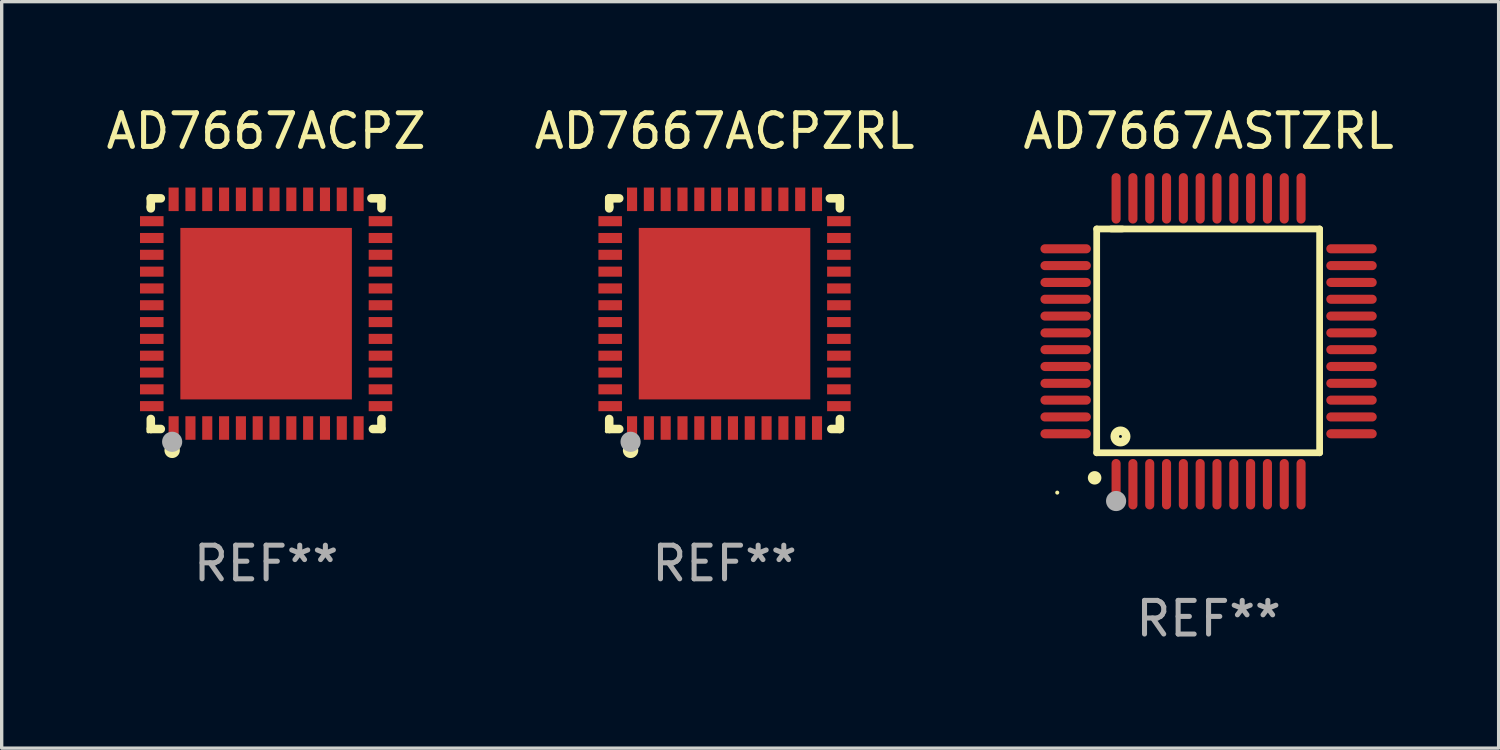
<source format=kicad_pcb>
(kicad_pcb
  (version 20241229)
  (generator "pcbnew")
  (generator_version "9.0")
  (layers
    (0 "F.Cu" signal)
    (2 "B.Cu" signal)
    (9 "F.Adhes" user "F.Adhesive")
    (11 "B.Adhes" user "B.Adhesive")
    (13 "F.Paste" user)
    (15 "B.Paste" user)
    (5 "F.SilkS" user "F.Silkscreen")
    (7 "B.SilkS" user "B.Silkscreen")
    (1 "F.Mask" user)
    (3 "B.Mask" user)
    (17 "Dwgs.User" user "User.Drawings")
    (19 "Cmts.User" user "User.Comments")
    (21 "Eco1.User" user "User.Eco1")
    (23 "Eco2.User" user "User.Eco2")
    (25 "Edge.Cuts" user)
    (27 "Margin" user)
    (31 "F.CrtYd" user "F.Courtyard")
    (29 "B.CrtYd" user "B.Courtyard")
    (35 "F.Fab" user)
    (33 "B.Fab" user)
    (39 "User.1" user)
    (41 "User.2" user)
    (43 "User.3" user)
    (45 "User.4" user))
  (footprint "AD7667ASTZRL"
    (layer "F.Cu")
    (at 32.887 7.098)
    (property "Reference" "AD7667ASTZRL" (at 0 -6.25 0) (layer "F.SilkS") (effects (font (size 1 1) (thickness 0.15))))
    (attr through_hole)
    (fp_line (start -3.327 -3.34) (end -2.565 -3.34) (stroke (width 0.2) (type solid)) (layer "F.SilkS"))
    (fp_line (start -3.327 3.315) (end -3.327 -3.34) (stroke (width 0.2) (type solid)) (layer "F.SilkS"))
    (fp_line (start -2.896 -3.34) (end 3.302 -3.34) (stroke (width 0.2) (type solid)) (layer "F.SilkS"))
    (fp_line (start 3.302 -3.34) (end 3.302 3.315) (stroke (width 0.2) (type solid)) (layer "F.SilkS"))
    (fp_line (start 3.302 3.315) (end -3.327 3.315) (stroke (width 0.2) (type solid)) (layer "F.SilkS"))
    (fp_arc (start -3.389992 4.059995) (mid -3.388722 4.059991) (end -3.387452 4.059995) (stroke (width 0.4) (type solid)) (layer "F.SilkS"))
    (fp_circle (center -4.5 4.5) (end -4.47 4.5) (stroke (width 0.06) (type solid)) (fill no) (layer "F.SilkS"))
    (fp_circle (center -2.62 2.83) (end -2.45 2.83) (stroke (width 0.254) (type solid)) (fill no) (layer "F.SilkS"))
    (fp_circle (center -2.75 4.75) (end -2.6 4.75) (stroke (width 0.3) (type solid)) (fill no) (layer "F.Fab"))
    (fp_text user "REF**" (at 0 8.25 0) (layer "F.Fab") (effects (font (size 1 1) (thickness 0.15))))
    (pad "1" smd oval (at -2.75 4.25) (size 0.27 1.5) (layers "F.Cu" "F.Mask" "F.Paste"))
    (pad "2" smd oval (at -2.25 4.25) (size 0.27 1.5) (layers "F.Cu" "F.Mask" "F.Paste"))
    (pad "3" smd oval (at -1.75 4.25) (size 0.27 1.5) (layers "F.Cu" "F.Mask" "F.Paste"))
    (pad "4" smd oval (at -1.25 4.25) (size 0.27 1.5) (layers "F.Cu" "F.Mask" "F.Paste"))
    (pad "5" smd oval (at -0.75 4.25) (size 0.27 1.5) (layers "F.Cu" "F.Mask" "F.Paste"))
    (pad "6" smd oval (at -0.25 4.25) (size 0.27 1.5) (layers "F.Cu" "F.Mask" "F.Paste"))
    (pad "7" smd oval (at 0.25 4.25) (size 0.27 1.5) (layers "F.Cu" "F.Mask" "F.Paste"))
    (pad "8" smd oval (at 0.75 4.25) (size 0.27 1.5) (layers "F.Cu" "F.Mask" "F.Paste"))
    (pad "9" smd oval (at 1.25 4.25) (size 0.27 1.5) (layers "F.Cu" "F.Mask" "F.Paste"))
    (pad "10" smd oval (at 1.75 4.25) (size 0.27 1.5) (layers "F.Cu" "F.Mask" "F.Paste"))
    (pad "11" smd oval (at 2.25 4.25) (size 0.27 1.5) (layers "F.Cu" "F.Mask" "F.Paste"))
    (pad "12" smd oval (at 2.75 4.25) (size 0.27 1.5) (layers "F.Cu" "F.Mask" "F.Paste"))
    (pad "13" smd oval (at 4.25 2.75) (size 1.5 0.27) (layers "F.Cu" "F.Mask" "F.Paste"))
    (pad "14" smd oval (at 4.25 2.25) (size 1.5 0.27) (layers "F.Cu" "F.Mask" "F.Paste"))
    (pad "15" smd oval (at 4.25 1.75) (size 1.5 0.27) (layers "F.Cu" "F.Mask" "F.Paste"))
    (pad "16" smd oval (at 4.25 1.25) (size 1.5 0.27) (layers "F.Cu" "F.Mask" "F.Paste"))
    (pad "17" smd oval (at 4.25 0.75) (size 1.5 0.27) (layers "F.Cu" "F.Mask" "F.Paste"))
    (pad "18" smd oval (at 4.25 0.25) (size 1.5 0.27) (layers "F.Cu" "F.Mask" "F.Paste"))
    (pad "19" smd oval (at 4.25 -0.25) (size 1.5 0.27) (layers "F.Cu" "F.Mask" "F.Paste"))
    (pad "20" smd oval (at 4.25 -0.75) (size 1.5 0.27) (layers "F.Cu" "F.Mask" "F.Paste"))
    (pad "21" smd oval (at 4.25 -1.25) (size 1.5 0.27) (layers "F.Cu" "F.Mask" "F.Paste"))
    (pad "22" smd oval (at 4.25 -1.75) (size 1.5 0.27) (layers "F.Cu" "F.Mask" "F.Paste"))
    (pad "23" smd oval (at 4.25 -2.25) (size 1.5 0.27) (layers "F.Cu" "F.Mask" "F.Paste"))
    (pad "24" smd oval (at 4.25 -2.75) (size 1.5 0.27) (layers "F.Cu" "F.Mask" "F.Paste"))
    (pad "25" smd oval (at 2.75 -4.25) (size 0.27 1.5) (layers "F.Cu" "F.Mask" "F.Paste"))
    (pad "26" smd oval (at 2.25 -4.25) (size 0.27 1.5) (layers "F.Cu" "F.Mask" "F.Paste"))
    (pad "27" smd oval (at 1.75 -4.25) (size 0.27 1.5) (layers "F.Cu" "F.Mask" "F.Paste"))
    (pad "28" smd oval (at 1.25 -4.25) (size 0.27 1.5) (layers "F.Cu" "F.Mask" "F.Paste"))
    (pad "29" smd oval (at 0.75 -4.25) (size 0.27 1.5) (layers "F.Cu" "F.Mask" "F.Paste"))
    (pad "30" smd oval (at 0.25 -4.25) (size 0.27 1.5) (layers "F.Cu" "F.Mask" "F.Paste"))
    (pad "31" smd oval (at -0.25 -4.25) (size 0.27 1.5) (layers "F.Cu" "F.Mask" "F.Paste"))
    (pad "32" smd oval (at -0.75 -4.25) (size 0.27 1.5) (layers "F.Cu" "F.Mask" "F.Paste"))
    (pad "33" smd oval (at -1.25 -4.25) (size 0.27 1.5) (layers "F.Cu" "F.Mask" "F.Paste"))
    (pad "34" smd oval (at -1.75 -4.25) (size 0.27 1.5) (layers "F.Cu" "F.Mask" "F.Paste"))
    (pad "35" smd oval (at -2.25 -4.25) (size 0.27 1.5) (layers "F.Cu" "F.Mask" "F.Paste"))
    (pad "36" smd oval (at -2.75 -4.25) (size 0.27 1.5) (layers "F.Cu" "F.Mask" "F.Paste"))
    (pad "37" smd oval (at -4.25 -2.75) (size 1.5 0.27) (layers "F.Cu" "F.Mask" "F.Paste"))
    (pad "38" smd oval (at -4.25 -2.25) (size 1.5 0.27) (layers "F.Cu" "F.Mask" "F.Paste"))
    (pad "39" smd oval (at -4.25 -1.75) (size 1.5 0.27) (layers "F.Cu" "F.Mask" "F.Paste"))
    (pad "40" smd oval (at -4.25 -1.25) (size 1.5 0.27) (layers "F.Cu" "F.Mask" "F.Paste"))
    (pad "41" smd oval (at -4.25 -0.75) (size 1.5 0.27) (layers "F.Cu" "F.Mask" "F.Paste"))
    (pad "42" smd oval (at -4.25 -0.25) (size 1.5 0.27) (layers "F.Cu" "F.Mask" "F.Paste"))
    (pad "43" smd oval (at -4.25 0.25) (size 1.5 0.27) (layers "F.Cu" "F.Mask" "F.Paste"))
    (pad "44" smd oval (at -4.25 0.75) (size 1.5 0.27) (layers "F.Cu" "F.Mask" "F.Paste"))
    (pad "45" smd oval (at -4.25 1.25) (size 1.5 0.27) (layers "F.Cu" "F.Mask" "F.Paste"))
    (pad "46" smd oval (at -4.25 1.75) (size 1.5 0.27) (layers "F.Cu" "F.Mask" "F.Paste"))
    (pad "47" smd oval (at -4.25 2.25) (size 1.5 0.27) (layers "F.Cu" "F.Mask" "F.Paste"))
    (pad "48" smd oval (at -4.25 2.75) (size 1.5 0.27) (layers "F.Cu" "F.Mask" "F.Paste")))
  (footprint "AD7667ACPZ"
    (layer "F.Cu")
    (at 4.863 6.277)
    (property "Reference" "AD7667ACPZ" (at 0 -5.429 0) (layer "F.SilkS") (effects (font (size 1 1) (thickness 0.15))))
    (attr through_hole)
    (fp_line (start -3.429 -3.429) (end -3.429 -3.175) (stroke (width 0.254) (type solid)) (layer "F.SilkS"))
    (fp_line (start -3.429 -3.175) (end -3.429 -3.131) (stroke (width 0.254) (type solid)) (layer "F.SilkS"))
    (fp_line (start -3.429 3.131) (end -3.429 3.429) (stroke (width 0.254) (type solid)) (layer "F.SilkS"))
    (fp_line (start -3.429 3.429) (end -3.131 3.429) (stroke (width 0.254) (type solid)) (layer "F.SilkS"))
    (fp_line (start -3.131 -3.429) (end -3.429 -3.429) (stroke (width 0.254) (type solid)) (layer "F.SilkS"))
    (fp_line (start 3.131 -3.429) (end 3.429 -3.429) (stroke (width 0.254) (type solid)) (layer "F.SilkS"))
    (fp_line (start 3.429 -3.429) (end 3.429 -3.131) (stroke (width 0.254) (type solid)) (layer "F.SilkS"))
    (fp_line (start 3.429 3.131) (end 3.429 3.429) (stroke (width 0.254) (type solid)) (layer "F.SilkS"))
    (fp_line (start 3.429 3.429) (end 3.175 3.429) (stroke (width 0.254) (type solid)) (layer "F.SilkS"))
    (fp_circle (center -3.5 3.5) (end -3.47 3.5) (stroke (width 0.06) (type solid)) (fill no) (layer "F.SilkS"))
    (fp_circle (center -2.794 4.064) (end -2.667 4.064) (stroke (width 0.204) (type solid)) (fill no) (layer "F.SilkS"))
    (fp_circle (center -2.794 3.81) (end -2.644 3.81) (stroke (width 0.3) (type solid)) (fill no) (layer "F.Fab"))
    (fp_text user "REF**" (at 0 7.429 0) (layer "F.Fab") (effects (font (size 1 1) (thickness 0.15))))
    (pad "1" smd rect (at -2.75 3.4) (size 0.3 0.7) (layers "F.Cu" "F.Mask" "F.Paste"))
    (pad "2" smd rect (at -2.25 3.4) (size 0.3 0.7) (layers "F.Cu" "F.Mask" "F.Paste"))
    (pad "3" smd rect (at -1.75 3.4) (size 0.3 0.7) (layers "F.Cu" "F.Mask" "F.Paste"))
    (pad "4" smd rect (at -1.25 3.4) (size 0.3 0.7) (layers "F.Cu" "F.Mask" "F.Paste"))
    (pad "5" smd rect (at -0.75 3.4) (size 0.3 0.7) (layers "F.Cu" "F.Mask" "F.Paste"))
    (pad "6" smd rect (at -0.25 3.4) (size 0.3 0.7) (layers "F.Cu" "F.Mask" "F.Paste"))
    (pad "7" smd rect (at 0.25 3.4) (size 0.3 0.7) (layers "F.Cu" "F.Mask" "F.Paste"))
    (pad "8" smd rect (at 0.75 3.4) (size 0.3 0.7) (layers "F.Cu" "F.Mask" "F.Paste"))
    (pad "9" smd rect (at 1.25 3.4) (size 0.3 0.7) (layers "F.Cu" "F.Mask" "F.Paste"))
    (pad "10" smd rect (at 1.75 3.4) (size 0.3 0.7) (layers "F.Cu" "F.Mask" "F.Paste"))
    (pad "11" smd rect (at 2.25 3.4) (size 0.3 0.7) (layers "F.Cu" "F.Mask" "F.Paste"))
    (pad "12" smd rect (at 2.75 3.4) (size 0.3 0.7) (layers "F.Cu" "F.Mask" "F.Paste"))
    (pad "13" smd rect (at 3.4 2.75) (size 0.7 0.3) (layers "F.Cu" "F.Mask" "F.Paste"))
    (pad "14" smd rect (at 3.4 2.25) (size 0.7 0.3) (layers "F.Cu" "F.Mask" "F.Paste"))
    (pad "15" smd rect (at 3.4 1.75) (size 0.7 0.3) (layers "F.Cu" "F.Mask" "F.Paste"))
    (pad "16" smd rect (at 3.4 1.25) (size 0.7 0.3) (layers "F.Cu" "F.Mask" "F.Paste"))
    (pad "17" smd rect (at 3.4 0.75) (size 0.7 0.3) (layers "F.Cu" "F.Mask" "F.Paste"))
    (pad "18" smd rect (at 3.4 0.25) (size 0.7 0.3) (layers "F.Cu" "F.Mask" "F.Paste"))
    (pad "19" smd rect (at 3.4 -0.25) (size 0.7 0.3) (layers "F.Cu" "F.Mask" "F.Paste"))
    (pad "20" smd rect (at 3.4 -0.75) (size 0.7 0.3) (layers "F.Cu" "F.Mask" "F.Paste"))
    (pad "21" smd rect (at 3.4 -1.25) (size 0.7 0.3) (layers "F.Cu" "F.Mask" "F.Paste"))
    (pad "22" smd rect (at 3.4 -1.75) (size 0.7 0.3) (layers "F.Cu" "F.Mask" "F.Paste"))
    (pad "23" smd rect (at 3.4 -2.25) (size 0.7 0.3) (layers "F.Cu" "F.Mask" "F.Paste"))
    (pad "24" smd rect (at 3.4 -2.75) (size 0.7 0.3) (layers "F.Cu" "F.Mask" "F.Paste"))
    (pad "25" smd rect (at 2.75 -3.4) (size 0.3 0.7) (layers "F.Cu" "F.Mask" "F.Paste"))
    (pad "26" smd rect (at 2.25 -3.4) (size 0.3 0.7) (layers "F.Cu" "F.Mask" "F.Paste"))
    (pad "27" smd rect (at 1.75 -3.4) (size 0.3 0.7) (layers "F.Cu" "F.Mask" "F.Paste"))
    (pad "28" smd rect (at 1.25 -3.4) (size 0.3 0.7) (layers "F.Cu" "F.Mask" "F.Paste"))
    (pad "29" smd rect (at 0.75 -3.4) (size 0.3 0.7) (layers "F.Cu" "F.Mask" "F.Paste"))
    (pad "30" smd rect (at 0.25 -3.4) (size 0.3 0.7) (layers "F.Cu" "F.Mask" "F.Paste"))
    (pad "31" smd rect (at -0.25 -3.4) (size 0.3 0.7) (layers "F.Cu" "F.Mask" "F.Paste"))
    (pad "32" smd rect (at -0.75 -3.4) (size 0.3 0.7) (layers "F.Cu" "F.Mask" "F.Paste"))
    (pad "33" smd rect (at -1.25 -3.4) (size 0.3 0.7) (layers "F.Cu" "F.Mask" "F.Paste"))
    (pad "34" smd rect (at -1.75 -3.4) (size 0.3 0.7) (layers "F.Cu" "F.Mask" "F.Paste"))
    (pad "35" smd rect (at -2.25 -3.4) (size 0.3 0.7) (layers "F.Cu" "F.Mask" "F.Paste"))
    (pad "36" smd rect (at -2.75 -3.4) (size 0.3 0.7) (layers "F.Cu" "F.Mask" "F.Paste"))
    (pad "37" smd rect (at -3.4 -2.75) (size 0.7 0.3) (layers "F.Cu" "F.Mask" "F.Paste"))
    (pad "38" smd rect (at -3.4 -2.25) (size 0.7 0.3) (layers "F.Cu" "F.Mask" "F.Paste"))
    (pad "39" smd rect (at -3.4 -1.75) (size 0.7 0.3) (layers "F.Cu" "F.Mask" "F.Paste"))
    (pad "40" smd rect (at -3.4 -1.25) (size 0.7 0.3) (layers "F.Cu" "F.Mask" "F.Paste"))
    (pad "41" smd rect (at -3.4 -0.75) (size 0.7 0.3) (layers "F.Cu" "F.Mask" "F.Paste"))
    (pad "42" smd rect (at -3.4 -0.25) (size 0.7 0.3) (layers "F.Cu" "F.Mask" "F.Paste"))
    (pad "43" smd rect (at -3.4 0.25) (size 0.7 0.3) (layers "F.Cu" "F.Mask" "F.Paste"))
    (pad "44" smd rect (at -3.4 0.75) (size 0.7 0.3) (layers "F.Cu" "F.Mask" "F.Paste"))
    (pad "45" smd rect (at -3.4 1.25) (size 0.7 0.3) (layers "F.Cu" "F.Mask" "F.Paste"))
    (pad "46" smd rect (at -3.4 1.75) (size 0.7 0.3) (layers "F.Cu" "F.Mask" "F.Paste"))
    (pad "47" smd rect (at -3.4 2.25) (size 0.7 0.3) (layers "F.Cu" "F.Mask" "F.Paste"))
    (pad "48" smd rect (at -3.4 2.75) (size 0.7 0.3) (layers "F.Cu" "F.Mask" "F.Paste"))
    (pad "49" smd rect (at 0 0) (size 5.1 5.1) (layers "F.Cu" "F.Mask" "F.Paste")))
  (footprint "AD7667ACPZRL"
    (layer "F.Cu")
    (at 18.494 6.277)
    (property "Reference" "AD7667ACPZRL" (at 0 -5.429 0) (layer "F.SilkS") (effects (font (size 1 1) (thickness 0.15))))
    (attr through_hole)
    (fp_line (start -3.429 -3.429) (end -3.429 -3.175) (stroke (width 0.254) (type solid)) (layer "F.SilkS"))
    (fp_line (start -3.429 -3.175) (end -3.429 -3.131) (stroke (width 0.254) (type solid)) (layer "F.SilkS"))
    (fp_line (start -3.429 3.131) (end -3.429 3.429) (stroke (width 0.254) (type solid)) (layer "F.SilkS"))
    (fp_line (start -3.429 3.429) (end -3.131 3.429) (stroke (width 0.254) (type solid)) (layer "F.SilkS"))
    (fp_line (start -3.131 -3.429) (end -3.429 -3.429) (stroke (width 0.254) (type solid)) (layer "F.SilkS"))
    (fp_line (start 3.131 -3.429) (end 3.429 -3.429) (stroke (width 0.254) (type solid)) (layer "F.SilkS"))
    (fp_line (start 3.429 -3.429) (end 3.429 -3.131) (stroke (width 0.254) (type solid)) (layer "F.SilkS"))
    (fp_line (start 3.429 3.131) (end 3.429 3.429) (stroke (width 0.254) (type solid)) (layer "F.SilkS"))
    (fp_line (start 3.429 3.429) (end 3.175 3.429) (stroke (width 0.254) (type solid)) (layer "F.SilkS"))
    (fp_circle (center -3.5 3.5) (end -3.47 3.5) (stroke (width 0.06) (type solid)) (fill no) (layer "F.SilkS"))
    (fp_circle (center -2.794 4.064) (end -2.667 4.064) (stroke (width 0.204) (type solid)) (fill no) (layer "F.SilkS"))
    (fp_circle (center -2.794 3.81) (end -2.644 3.81) (stroke (width 0.3) (type solid)) (fill no) (layer "F.Fab"))
    (fp_text user "REF**" (at 0 7.429 0) (layer "F.Fab") (effects (font (size 1 1) (thickness 0.15))))
    (pad "1" smd rect (at -2.75 3.4) (size 0.3 0.7) (layers "F.Cu" "F.Mask" "F.Paste"))
    (pad "2" smd rect (at -2.25 3.4) (size 0.3 0.7) (layers "F.Cu" "F.Mask" "F.Paste"))
    (pad "3" smd rect (at -1.75 3.4) (size 0.3 0.7) (layers "F.Cu" "F.Mask" "F.Paste"))
    (pad "4" smd rect (at -1.25 3.4) (size 0.3 0.7) (layers "F.Cu" "F.Mask" "F.Paste"))
    (pad "5" smd rect (at -0.75 3.4) (size 0.3 0.7) (layers "F.Cu" "F.Mask" "F.Paste"))
    (pad "6" smd rect (at -0.25 3.4) (size 0.3 0.7) (layers "F.Cu" "F.Mask" "F.Paste"))
    (pad "7" smd rect (at 0.25 3.4) (size 0.3 0.7) (layers "F.Cu" "F.Mask" "F.Paste"))
    (pad "8" smd rect (at 0.75 3.4) (size 0.3 0.7) (layers "F.Cu" "F.Mask" "F.Paste"))
    (pad "9" smd rect (at 1.25 3.4) (size 0.3 0.7) (layers "F.Cu" "F.Mask" "F.Paste"))
    (pad "10" smd rect (at 1.75 3.4) (size 0.3 0.7) (layers "F.Cu" "F.Mask" "F.Paste"))
    (pad "11" smd rect (at 2.25 3.4) (size 0.3 0.7) (layers "F.Cu" "F.Mask" "F.Paste"))
    (pad "12" smd rect (at 2.75 3.4) (size 0.3 0.7) (layers "F.Cu" "F.Mask" "F.Paste"))
    (pad "13" smd rect (at 3.4 2.75) (size 0.7 0.3) (layers "F.Cu" "F.Mask" "F.Paste"))
    (pad "14" smd rect (at 3.4 2.25) (size 0.7 0.3) (layers "F.Cu" "F.Mask" "F.Paste"))
    (pad "15" smd rect (at 3.4 1.75) (size 0.7 0.3) (layers "F.Cu" "F.Mask" "F.Paste"))
    (pad "16" smd rect (at 3.4 1.25) (size 0.7 0.3) (layers "F.Cu" "F.Mask" "F.Paste"))
    (pad "17" smd rect (at 3.4 0.75) (size 0.7 0.3) (layers "F.Cu" "F.Mask" "F.Paste"))
    (pad "18" smd rect (at 3.4 0.25) (size 0.7 0.3) (layers "F.Cu" "F.Mask" "F.Paste"))
    (pad "19" smd rect (at 3.4 -0.25) (size 0.7 0.3) (layers "F.Cu" "F.Mask" "F.Paste"))
    (pad "20" smd rect (at 3.4 -0.75) (size 0.7 0.3) (layers "F.Cu" "F.Mask" "F.Paste"))
    (pad "21" smd rect (at 3.4 -1.25) (size 0.7 0.3) (layers "F.Cu" "F.Mask" "F.Paste"))
    (pad "22" smd rect (at 3.4 -1.75) (size 0.7 0.3) (layers "F.Cu" "F.Mask" "F.Paste"))
    (pad "23" smd rect (at 3.4 -2.25) (size 0.7 0.3) (layers "F.Cu" "F.Mask" "F.Paste"))
    (pad "24" smd rect (at 3.4 -2.75) (size 0.7 0.3) (layers "F.Cu" "F.Mask" "F.Paste"))
    (pad "25" smd rect (at 2.75 -3.4) (size 0.3 0.7) (layers "F.Cu" "F.Mask" "F.Paste"))
    (pad "26" smd rect (at 2.25 -3.4) (size 0.3 0.7) (layers "F.Cu" "F.Mask" "F.Paste"))
    (pad "27" smd rect (at 1.75 -3.4) (size 0.3 0.7) (layers "F.Cu" "F.Mask" "F.Paste"))
    (pad "28" smd rect (at 1.25 -3.4) (size 0.3 0.7) (layers "F.Cu" "F.Mask" "F.Paste"))
    (pad "29" smd rect (at 0.75 -3.4) (size 0.3 0.7) (layers "F.Cu" "F.Mask" "F.Paste"))
    (pad "30" smd rect (at 0.25 -3.4) (size 0.3 0.7) (layers "F.Cu" "F.Mask" "F.Paste"))
    (pad "31" smd rect (at -0.25 -3.4) (size 0.3 0.7) (layers "F.Cu" "F.Mask" "F.Paste"))
    (pad "32" smd rect (at -0.75 -3.4) (size 0.3 0.7) (layers "F.Cu" "F.Mask" "F.Paste"))
    (pad "33" smd rect (at -1.25 -3.4) (size 0.3 0.7) (layers "F.Cu" "F.Mask" "F.Paste"))
    (pad "34" smd rect (at -1.75 -3.4) (size 0.3 0.7) (layers "F.Cu" "F.Mask" "F.Paste"))
    (pad "35" smd rect (at -2.25 -3.4) (size 0.3 0.7) (layers "F.Cu" "F.Mask" "F.Paste"))
    (pad "36" smd rect (at -2.75 -3.4) (size 0.3 0.7) (layers "F.Cu" "F.Mask" "F.Paste"))
    (pad "37" smd rect (at -3.4 -2.75) (size 0.7 0.3) (layers "F.Cu" "F.Mask" "F.Paste"))
    (pad "38" smd rect (at -3.4 -2.25) (size 0.7 0.3) (layers "F.Cu" "F.Mask" "F.Paste"))
    (pad "39" smd rect (at -3.4 -1.75) (size 0.7 0.3) (layers "F.Cu" "F.Mask" "F.Paste"))
    (pad "40" smd rect (at -3.4 -1.25) (size 0.7 0.3) (layers "F.Cu" "F.Mask" "F.Paste"))
    (pad "41" smd rect (at -3.4 -0.75) (size 0.7 0.3) (layers "F.Cu" "F.Mask" "F.Paste"))
    (pad "42" smd rect (at -3.4 -0.25) (size 0.7 0.3) (layers "F.Cu" "F.Mask" "F.Paste"))
    (pad "43" smd rect (at -3.4 0.25) (size 0.7 0.3) (layers "F.Cu" "F.Mask" "F.Paste"))
    (pad "44" smd rect (at -3.4 0.75) (size 0.7 0.3) (layers "F.Cu" "F.Mask" "F.Paste"))
    (pad "45" smd rect (at -3.4 1.25) (size 0.7 0.3) (layers "F.Cu" "F.Mask" "F.Paste"))
    (pad "46" smd rect (at -3.4 1.75) (size 0.7 0.3) (layers "F.Cu" "F.Mask" "F.Paste"))
    (pad "47" smd rect (at -3.4 2.25) (size 0.7 0.3) (layers "F.Cu" "F.Mask" "F.Paste"))
    (pad "48" smd rect (at -3.4 2.75) (size 0.7 0.3) (layers "F.Cu" "F.Mask" "F.Paste"))
    (pad "49" smd rect (at 0 0) (size 5.1 5.1) (layers "F.Cu" "F.Mask" "F.Paste")))
  (gr_rect
    (start -3 -3)
    (end 41.512 19.196)
    (stroke (width 0.1) (type default))
    (fill no)
    (layer "Edge.Cuts")))
</source>
